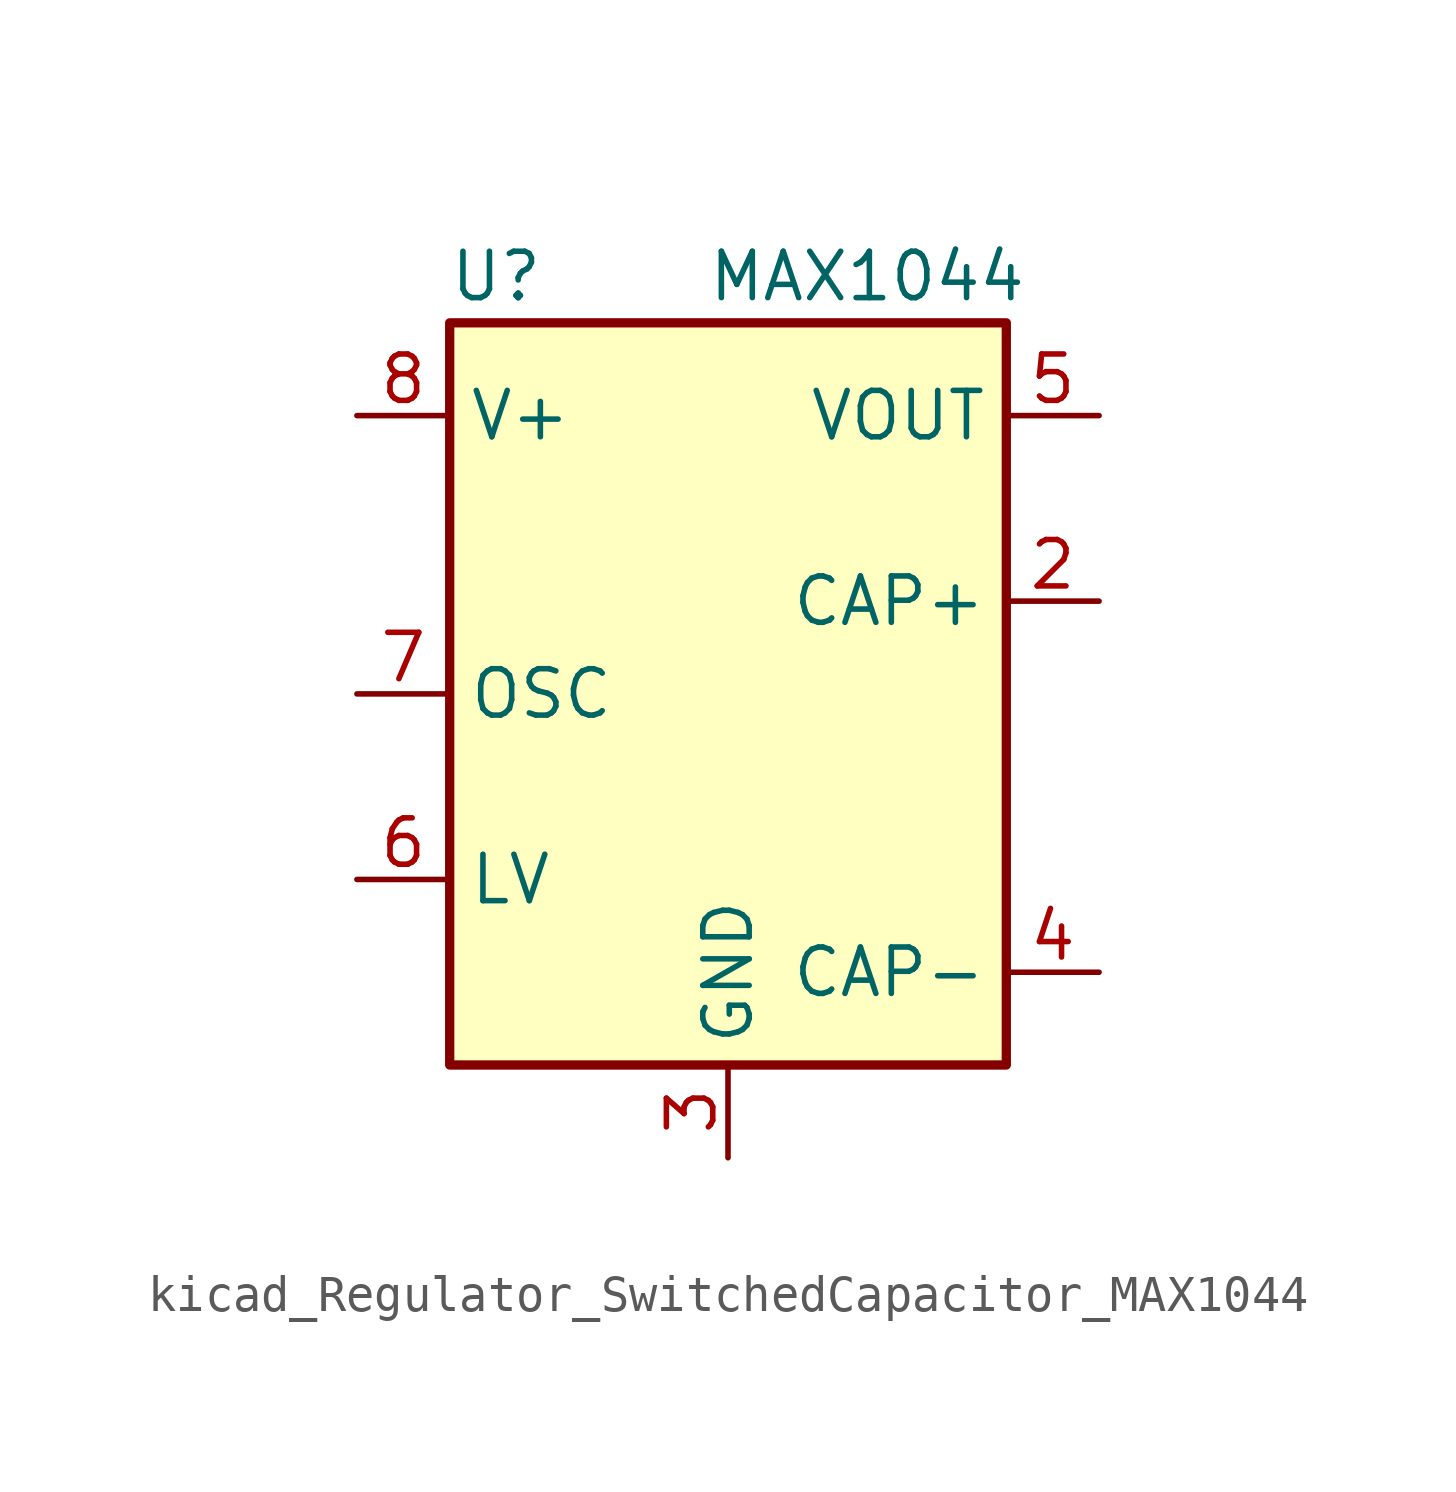
<source format=kicad_sym>
(kicad_symbol_lib
  (version 20220914)
  (generator kicad_symbol_editor)
  (symbol "kicad_Regulator_SwitchedCapacitor_MAX1044"
    (property "Reference" "U"
      (at -6.35 11.43 0)
      (effects (font (size 1.27 1.27))))
    (property "Value" "MAX1044"
      (at 3.81 11.43 0)
      (effects (font (size 1.27 1.27))))
    (symbol "kicad_Regulator_SwitchedCapacitor_MAX1044_0_1"
      (rectangle (start -7.62 10.16) (end 7.62 -10.16) (stroke (width 0.254) (type default)) (fill (type background))))
    (symbol "kicad_Regulator_SwitchedCapacitor_MAX1044_1_1"
      (pin no_connect line (at -7.62 5.08 0) (length 2.54) hide (name "NC" (effects (font (size 1.27 1.27)))) (number "1" (effects (font (size 1.27 1.27)))))
      (pin input line (at 10.16 2.54 180) (length 2.54) (name "CAP+" (effects (font (size 1.27 1.27)))) (number "2" (effects (font (size 1.27 1.27)))))
      (pin power_in line (at 0 -12.7 90) (length 2.54) (name "GND" (effects (font (size 1.27 1.27)))) (number "3" (effects (font (size 1.27 1.27)))))
      (pin input line (at 10.16 -7.62 180) (length 2.54) (name "CAP-" (effects (font (size 1.27 1.27)))) (number "4" (effects (font (size 1.27 1.27)))))
      (pin power_out line (at 10.16 7.62 180) (length 2.54) (name "VOUT" (effects (font (size 1.27 1.27)))) (number "5" (effects (font (size 1.27 1.27)))))
      (pin input line (at -10.16 -5.08 0) (length 2.54) (name "LV" (effects (font (size 1.27 1.27)))) (number "6" (effects (font (size 1.27 1.27)))))
      (pin input line (at -10.16 0 0) (length 2.54) (name "OSC" (effects (font (size 1.27 1.27)))) (number "7" (effects (font (size 1.27 1.27)))))
      (pin power_in line (at -10.16 7.62 0) (length 2.54) (name "V+" (effects (font (size 1.27 1.27)))) (number "8" (effects (font (size 1.27 1.27))))))))
</source>
